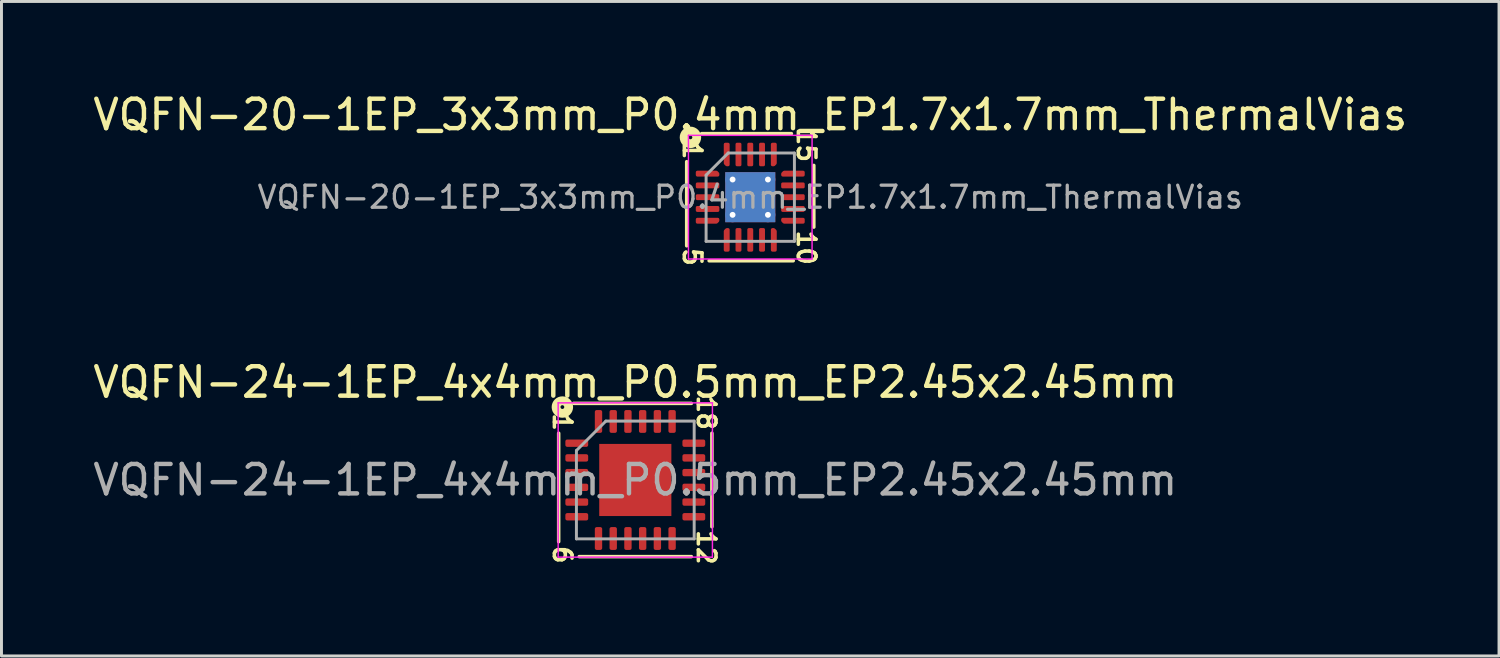
<source format=kicad_pcb>
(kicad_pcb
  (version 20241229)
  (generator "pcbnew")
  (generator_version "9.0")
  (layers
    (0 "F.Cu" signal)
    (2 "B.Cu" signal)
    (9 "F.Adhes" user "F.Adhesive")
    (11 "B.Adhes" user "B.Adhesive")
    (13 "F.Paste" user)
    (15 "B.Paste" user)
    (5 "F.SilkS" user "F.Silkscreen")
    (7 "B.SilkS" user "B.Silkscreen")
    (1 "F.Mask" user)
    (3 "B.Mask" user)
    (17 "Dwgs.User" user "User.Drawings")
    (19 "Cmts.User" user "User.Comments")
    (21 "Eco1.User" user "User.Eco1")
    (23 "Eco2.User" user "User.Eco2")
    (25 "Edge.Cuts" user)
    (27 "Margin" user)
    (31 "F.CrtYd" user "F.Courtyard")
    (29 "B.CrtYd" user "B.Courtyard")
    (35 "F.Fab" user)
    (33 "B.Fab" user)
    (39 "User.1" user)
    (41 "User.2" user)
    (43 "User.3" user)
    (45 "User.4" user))
  (footprint "VQFN-24-1EP_4x4mm_P0.5mm_EP2.45x2.45mm"
    (layer "F.Cu")
    (at 18.53 13.254)
    (property "Reference" "VQFN-24-1EP_4x4mm_P0.5mm_EP2.45x2.45mm" (at 0 -3.32 0) (layer "F.SilkS") (effects (font (size 1 1) (thickness 0.15))))
    (attr smd)
    (fp_line (start -2.603 -1.587) (end -2.603 2.095) (stroke (width 0.12) (type solid)) (layer "F.SilkS"))
    (fp_line (start -1.905 2.603) (end 1.905 2.603) (stroke (width 0.12) (type solid)) (layer "F.SilkS"))
    (fp_line (start 1.905 -2.603) (end -2.095 -2.603) (stroke (width 0.12) (type solid)) (layer "F.SilkS"))
    (fp_line (start 2.603 1.587) (end 2.603 -1.587) (stroke (width 0.12) (type solid)) (layer "F.SilkS"))
    (fp_circle (center -2.477 -2.477) (end -2.413 -2.477) (stroke (width 0.3) (type solid)) (fill no) (layer "F.SilkS"))
    (fp_line (start -2.62 -2.62) (end -2.62 2.62) (stroke (width 0.05) (type solid)) (layer "F.CrtYd"))
    (fp_line (start -2.62 2.62) (end 2.62 2.62) (stroke (width 0.05) (type solid)) (layer "F.CrtYd"))
    (fp_line (start 2.62 -2.62) (end -2.62 -2.62) (stroke (width 0.05) (type solid)) (layer "F.CrtYd"))
    (fp_line (start 2.62 2.62) (end 2.62 -2.62) (stroke (width 0.05) (type solid)) (layer "F.CrtYd"))
    (fp_line (start -2 -1) (end -1 -2) (stroke (width 0.1) (type solid)) (layer "F.Fab"))
    (fp_line (start -2 2) (end -2 -1) (stroke (width 0.1) (type solid)) (layer "F.Fab"))
    (fp_line (start -1 -2) (end 2 -2) (stroke (width 0.1) (type solid)) (layer "F.Fab"))
    (fp_line (start 2 -2) (end 2 2) (stroke (width 0.1) (type solid)) (layer "F.Fab"))
    (fp_line (start 2 2) (end -2 2) (stroke (width 0.1) (type solid)) (layer "F.Fab"))
    (fp_text user "12" (at 2.413 2.286 270) (unlocked yes) (layer "F.SilkS") (effects (font (size 0.6 0.6) (thickness 0.12))))
    (fp_text user "6" (at -2.477 2.54 270) (unlocked yes) (layer "F.SilkS") (effects (font (size 0.6 0.6) (thickness 0.12))))
    (fp_text user "18" (at 2.413 -2.286 270) (unlocked yes) (layer "F.SilkS") (effects (font (size 0.6 0.6) (thickness 0.12))))
    (fp_text user "1" (at -2.477 -1.968 270) (unlocked yes) (layer "F.SilkS") (effects (font (size 0.6 0.6) (thickness 0.12))))
    (fp_text user "${REFERENCE}" (at 0 0 0) (layer "F.Fab") (effects (font (size 1 1) (thickness 0.15))))
    (pad "" smd roundrect (at -0.82 -0.82) (size 0.66 0.66) (layers "F.Paste") (roundrect_rratio 0.25))
    (pad "" smd roundrect (at -0.82 0) (size 0.66 0.66) (layers "F.Paste") (roundrect_rratio 0.25))
    (pad "" smd roundrect (at -0.82 0.82) (size 0.66 0.66) (layers "F.Paste") (roundrect_rratio 0.25))
    (pad "" smd roundrect (at 0 -0.82) (size 0.66 0.66) (layers "F.Paste") (roundrect_rratio 0.25))
    (pad "" smd roundrect (at 0 0) (size 0.66 0.66) (layers "F.Paste") (roundrect_rratio 0.25))
    (pad "" smd roundrect (at 0 0.82) (size 0.66 0.66) (layers "F.Paste") (roundrect_rratio 0.25))
    (pad "" smd roundrect (at 0.82 -0.82) (size 0.66 0.66) (layers "F.Paste") (roundrect_rratio 0.25))
    (pad "" smd roundrect (at 0.82 0) (size 0.66 0.66) (layers "F.Paste") (roundrect_rratio 0.25))
    (pad "" smd roundrect (at 0.82 0.82) (size 0.66 0.66) (layers "F.Paste") (roundrect_rratio 0.25))
    (pad "1" smd roundrect (at -1.988 -1.25) (size 0.775 0.25) (layers "F.Cu" "F.Mask" "F.Paste") (roundrect_rratio 0.25))
    (pad "2" smd roundrect (at -1.988 -0.75) (size 0.775 0.25) (layers "F.Cu" "F.Mask" "F.Paste") (roundrect_rratio 0.25))
    (pad "3" smd roundrect (at -1.988 -0.25) (size 0.775 0.25) (layers "F.Cu" "F.Mask" "F.Paste") (roundrect_rratio 0.25))
    (pad "4" smd roundrect (at -1.988 0.25) (size 0.775 0.25) (layers "F.Cu" "F.Mask" "F.Paste") (roundrect_rratio 0.25))
    (pad "5" smd roundrect (at -1.988 0.75) (size 0.775 0.25) (layers "F.Cu" "F.Mask" "F.Paste") (roundrect_rratio 0.25))
    (pad "6" smd roundrect (at -1.988 1.25) (size 0.775 0.25) (layers "F.Cu" "F.Mask" "F.Paste") (roundrect_rratio 0.25))
    (pad "7" smd roundrect (at -1.25 1.988) (size 0.25 0.775) (layers "F.Cu" "F.Mask" "F.Paste") (roundrect_rratio 0.25))
    (pad "8" smd roundrect (at -0.75 1.988) (size 0.25 0.775) (layers "F.Cu" "F.Mask" "F.Paste") (roundrect_rratio 0.25))
    (pad "9" smd roundrect (at -0.25 1.988) (size 0.25 0.775) (layers "F.Cu" "F.Mask" "F.Paste") (roundrect_rratio 0.25))
    (pad "10" smd roundrect (at 0.25 1.988) (size 0.25 0.775) (layers "F.Cu" "F.Mask" "F.Paste") (roundrect_rratio 0.25))
    (pad "11" smd roundrect (at 0.75 1.988) (size 0.25 0.775) (layers "F.Cu" "F.Mask" "F.Paste") (roundrect_rratio 0.25))
    (pad "12" smd roundrect (at 1.25 1.988) (size 0.25 0.775) (layers "F.Cu" "F.Mask" "F.Paste") (roundrect_rratio 0.25))
    (pad "13" smd roundrect (at 1.988 1.25) (size 0.775 0.25) (layers "F.Cu" "F.Mask" "F.Paste") (roundrect_rratio 0.25))
    (pad "14" smd roundrect (at 1.988 0.75) (size 0.775 0.25) (layers "F.Cu" "F.Mask" "F.Paste") (roundrect_rratio 0.25))
    (pad "15" smd roundrect (at 1.988 0.25) (size 0.775 0.25) (layers "F.Cu" "F.Mask" "F.Paste") (roundrect_rratio 0.25))
    (pad "16" smd roundrect (at 1.988 -0.25) (size 0.775 0.25) (layers "F.Cu" "F.Mask" "F.Paste") (roundrect_rratio 0.25))
    (pad "17" smd roundrect (at 1.988 -0.75) (size 0.775 0.25) (layers "F.Cu" "F.Mask" "F.Paste") (roundrect_rratio 0.25))
    (pad "18" smd roundrect (at 1.988 -1.25) (size 0.775 0.25) (layers "F.Cu" "F.Mask" "F.Paste") (roundrect_rratio 0.25))
    (pad "19" smd roundrect (at 1.25 -1.988) (size 0.25 0.775) (layers "F.Cu" "F.Mask" "F.Paste") (roundrect_rratio 0.25))
    (pad "20" smd roundrect (at 0.75 -1.988) (size 0.25 0.775) (layers "F.Cu" "F.Mask" "F.Paste") (roundrect_rratio 0.25))
    (pad "21" smd roundrect (at 0.25 -1.988) (size 0.25 0.775) (layers "F.Cu" "F.Mask" "F.Paste") (roundrect_rratio 0.25))
    (pad "22" smd roundrect (at -0.25 -1.988) (size 0.25 0.775) (layers "F.Cu" "F.Mask" "F.Paste") (roundrect_rratio 0.25))
    (pad "23" smd roundrect (at -0.75 -1.988) (size 0.25 0.775) (layers "F.Cu" "F.Mask" "F.Paste") (roundrect_rratio 0.25))
    (pad "24" smd roundrect (at -1.25 -1.988) (size 0.25 0.775) (layers "F.Cu" "F.Mask" "F.Paste") (roundrect_rratio 0.25))
    (pad "25" smd rect (at 0 0) (size 2.45 2.45) (layers "F.Cu" "F.Mask")))
  (footprint "VQFN-20-1EP_3x3mm_P0.4mm_EP1.7x1.7mm_ThermalVias"
    (layer "F.Cu")
    (at 22.435 3.648)
    (property "Reference" "VQFN-20-1EP_3x3mm_P0.4mm_EP1.7x1.7mm_ThermalVias" (at 0 -2.8 0) (layer "F.SilkS") (effects (font (size 1 1) (thickness 0.15))))
    (attr smd)
    (fp_line (start -2.159 -1.206) (end -2.159 1.651) (stroke (width 0.12) (type solid)) (layer "F.SilkS"))
    (fp_line (start -1.397 2.159) (end 1.46 2.159) (stroke (width 0.12) (type solid)) (layer "F.SilkS"))
    (fp_line (start 1.397 -2.159) (end -1.651 -2.159) (stroke (width 0.12) (type solid)) (layer "F.SilkS"))
    (fp_line (start 2.159 1.016) (end 2.159 -1.079) (stroke (width 0.12) (type solid)) (layer "F.SilkS"))
    (fp_circle (center -2.032 -2.032) (end -1.968 -2.032) (stroke (width 0.3) (type solid)) (fill no) (layer "F.SilkS"))
    (fp_line (start -2.1 -2.1) (end -2.1 2.1) (stroke (width 0.05) (type solid)) (layer "F.CrtYd"))
    (fp_line (start -2.1 2.1) (end 2.1 2.1) (stroke (width 0.05) (type solid)) (layer "F.CrtYd"))
    (fp_line (start 2.1 -2.1) (end -2.1 -2.1) (stroke (width 0.05) (type solid)) (layer "F.CrtYd"))
    (fp_line (start 2.1 2.1) (end 2.1 -2.1) (stroke (width 0.05) (type solid)) (layer "F.CrtYd"))
    (fp_line (start -1.5 -0.75) (end -0.75 -1.5) (stroke (width 0.1) (type solid)) (layer "F.Fab"))
    (fp_line (start -1.5 1.5) (end -1.5 -0.75) (stroke (width 0.1) (type solid)) (layer "F.Fab"))
    (fp_line (start -0.75 -1.5) (end 1.5 -1.5) (stroke (width 0.1) (type solid)) (layer "F.Fab"))
    (fp_line (start 1.5 -1.5) (end 1.5 1.5) (stroke (width 0.1) (type solid)) (layer "F.Fab"))
    (fp_line (start 1.5 1.5) (end -1.5 1.5) (stroke (width 0.1) (type solid)) (layer "F.Fab"))
    (fp_text user "10" (at 1.905 1.714 270) (unlocked yes) (layer "F.SilkS") (effects (font (size 0.6 0.6) (thickness 0.12))))
    (fp_text user "5" (at -1.968 2.032 270) (unlocked yes) (layer "F.SilkS") (effects (font (size 0.6 0.6) (thickness 0.12))))
    (fp_text user "1" (at -1.968 -1.587 270) (unlocked yes) (layer "F.SilkS") (effects (font (size 0.6 0.6) (thickness 0.12))))
    (fp_text user "15" (at 1.905 -1.778 270) (unlocked yes) (layer "F.SilkS") (effects (font (size 0.6 0.6) (thickness 0.12))))
    (fp_text user "${REFERENCE}" (at 0 0 0) (layer "F.Fab") (effects (font (size 0.75 0.75) (thickness 0.11))))
    (pad "" smd roundrect (at -0.425 -0.425) (size 0.74 0.74) (layers "F.Paste") (roundrect_rratio 0.25))
    (pad "" smd roundrect (at -0.425 0.425) (size 0.74 0.74) (layers "F.Paste") (roundrect_rratio 0.25))
    (pad "" smd roundrect (at 0.425 -0.425) (size 0.74 0.74) (layers "F.Paste") (roundrect_rratio 0.25))
    (pad "" smd roundrect (at 0.425 0.425) (size 0.74 0.74) (layers "F.Paste") (roundrect_rratio 0.25))
    (pad "1" smd custom (at -1.45 -0.8) (size 0.143 0.143) (layers "F.Cu" "F.Mask" "F.Paste") (options (anchor circle)) (primitives (gr_poly (pts (xy 0.35 0.001) (xy 0.35 0.05) (xy -0.35 0.05) (xy -0.35 -0.05) (xy 0.299 -0.05)) (width 0.1) (fill yes))))
    (pad "2" smd roundrect (at -1.45 -0.4) (size 0.8 0.2) (layers "F.Cu" "F.Mask" "F.Paste") (roundrect_rratio 0.25))
    (pad "3" smd roundrect (at -1.45 0) (size 0.8 0.2) (layers "F.Cu" "F.Mask" "F.Paste") (roundrect_rratio 0.25))
    (pad "4" smd roundrect (at -1.45 0.4) (size 0.8 0.2) (layers "F.Cu" "F.Mask" "F.Paste") (roundrect_rratio 0.25))
    (pad "5" smd custom (at -1.45 0.8) (size 0.143 0.143) (layers "F.Cu" "F.Mask" "F.Paste") (options (anchor circle)) (primitives (gr_poly (pts (xy 0.35 -0.001) (xy 0.299 0.05) (xy -0.35 0.05) (xy -0.35 -0.05) (xy 0.35 -0.05)) (width 0.1) (fill yes))))
    (pad "6" smd custom (at -0.8 1.45) (size 0.143 0.143) (layers "F.Cu" "F.Mask" "F.Paste") (options (anchor circle)) (primitives (gr_poly (pts (xy 0.05 0.35) (xy -0.05 0.35) (xy -0.05 -0.299) (xy 0.001 -0.35) (xy 0.05 -0.35)) (width 0.1) (fill yes))))
    (pad "7" smd roundrect (at -0.4 1.45) (size 0.2 0.8) (layers "F.Cu" "F.Mask" "F.Paste") (roundrect_rratio 0.25))
    (pad "8" smd roundrect (at 0 1.45) (size 0.2 0.8) (layers "F.Cu" "F.Mask" "F.Paste") (roundrect_rratio 0.25))
    (pad "9" smd roundrect (at 0.4 1.45) (size 0.2 0.8) (layers "F.Cu" "F.Mask" "F.Paste") (roundrect_rratio 0.25))
    (pad "10" smd custom (at 0.8 1.45) (size 0.143 0.143) (layers "F.Cu" "F.Mask" "F.Paste") (options (anchor circle)) (primitives (gr_poly (pts (xy 0.05 -0.299) (xy 0.05 0.35) (xy -0.05 0.35) (xy -0.05 -0.35) (xy -0.001 -0.35)) (width 0.1) (fill yes))))
    (pad "11" smd custom (at 1.45 0.8) (size 0.143 0.143) (layers "F.Cu" "F.Mask" "F.Paste") (options (anchor circle)) (primitives (gr_poly (pts (xy 0.35 0.05) (xy -0.299 0.05) (xy -0.35 -0.001) (xy -0.35 -0.05) (xy 0.35 -0.05)) (width 0.1) (fill yes))))
    (pad "12" smd roundrect (at 1.45 0.4) (size 0.8 0.2) (layers "F.Cu" "F.Mask" "F.Paste") (roundrect_rratio 0.25))
    (pad "13" smd roundrect (at 1.45 0) (size 0.8 0.2) (layers "F.Cu" "F.Mask" "F.Paste") (roundrect_rratio 0.25))
    (pad "14" smd roundrect (at 1.45 -0.4) (size 0.8 0.2) (layers "F.Cu" "F.Mask" "F.Paste") (roundrect_rratio 0.25))
    (pad "15" smd custom (at 1.45 -0.8) (size 0.143 0.143) (layers "F.Cu" "F.Mask" "F.Paste") (options (anchor circle)) (primitives (gr_poly (pts (xy 0.35 0.05) (xy -0.35 0.05) (xy -0.35 0.001) (xy -0.299 -0.05) (xy 0.35 -0.05)) (width 0.1) (fill yes))))
    (pad "16" smd custom (at 0.8 -1.45) (size 0.143 0.143) (layers "F.Cu" "F.Mask" "F.Paste") (options (anchor circle)) (primitives (gr_poly (pts (xy 0.05 0.299) (xy -0.001 0.35) (xy -0.05 0.35) (xy -0.05 -0.35) (xy 0.05 -0.35)) (width 0.1) (fill yes))))
    (pad "17" smd roundrect (at 0.4 -1.45) (size 0.2 0.8) (layers "F.Cu" "F.Mask" "F.Paste") (roundrect_rratio 0.25))
    (pad "18" smd roundrect (at 0 -1.45) (size 0.2 0.8) (layers "F.Cu" "F.Mask" "F.Paste") (roundrect_rratio 0.25))
    (pad "19" smd roundrect (at -0.4 -1.45) (size 0.2 0.8) (layers "F.Cu" "F.Mask" "F.Paste") (roundrect_rratio 0.25))
    (pad "20" smd custom (at -0.8 -1.45) (size 0.143 0.143) (layers "F.Cu" "F.Mask" "F.Paste") (options (anchor circle)) (primitives (gr_poly (pts (xy 0.05 0.35) (xy 0.001 0.35) (xy -0.05 0.299) (xy -0.05 -0.35) (xy 0.05 -0.35)) (width 0.1) (fill yes))))
    (pad "21" thru_hole circle (at -0.6 -0.6) (size 0.5 0.5) (drill 0.2) (layers "*.Cu"))
    (pad "21" thru_hole circle (at -0.6 0.6) (size 0.5 0.5) (drill 0.2) (layers "*.Cu"))
    (pad "21" smd rect (at 0 0) (size 1.7 1.7) (layers "F.Cu" "F.Mask"))
    (pad "21" smd rect (at 0 0) (size 1.7 1.7) (layers "B.Cu" "B.Mask"))
    (pad "21" thru_hole circle (at 0.6 -0.6) (size 0.5 0.5) (drill 0.2) (layers "*.Cu"))
    (pad "21" thru_hole circle (at 0.6 0.6) (size 0.5 0.5) (drill 0.2) (layers "*.Cu")))
  (gr_rect
    (start -3 -3)
    (end 47.869 19.232)
    (stroke (width 0.1) (type default))
    (fill no)
    (layer "Edge.Cuts")))
</source>
